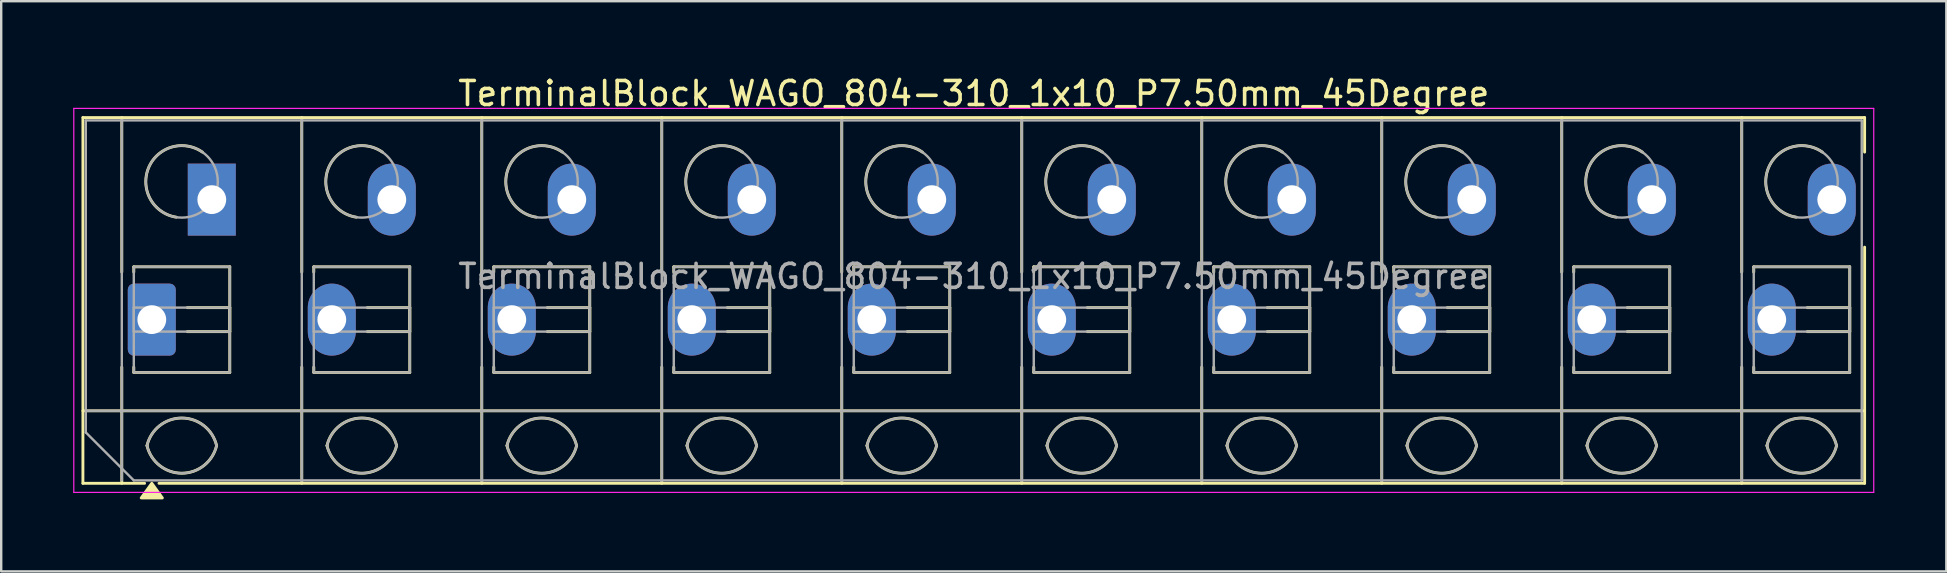
<source format=kicad_pcb>
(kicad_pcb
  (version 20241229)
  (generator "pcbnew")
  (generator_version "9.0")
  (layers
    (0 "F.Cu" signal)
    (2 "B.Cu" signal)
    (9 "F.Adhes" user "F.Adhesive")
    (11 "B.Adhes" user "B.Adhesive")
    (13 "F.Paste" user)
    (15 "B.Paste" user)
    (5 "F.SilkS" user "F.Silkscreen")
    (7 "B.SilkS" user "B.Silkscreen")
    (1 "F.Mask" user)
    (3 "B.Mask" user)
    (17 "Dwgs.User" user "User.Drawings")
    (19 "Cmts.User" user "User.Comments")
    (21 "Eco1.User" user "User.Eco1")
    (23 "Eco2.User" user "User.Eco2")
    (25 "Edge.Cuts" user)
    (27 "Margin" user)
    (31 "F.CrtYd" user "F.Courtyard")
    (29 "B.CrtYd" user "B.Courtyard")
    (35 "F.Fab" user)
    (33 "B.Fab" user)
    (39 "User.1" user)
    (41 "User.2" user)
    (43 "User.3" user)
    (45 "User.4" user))
  (footprint "TerminalBlock_WAGO_804-310_1x10_P7.50mm_45Degree"
    (layer "F.Cu")
    (at 3.275 10.268)
    (property "Reference" "TerminalBlock_WAGO_804-310_1x10_P7.50mm_45Degree" (at 34.25 -9.42 0) (layer "F.SilkS") (effects (font (size 1 1) (thickness 0.15))))
    (attr through_hole)
    (fp_line (start -2.87 -8.42) (end -2.87 6.82) (stroke (width 0.12) (type solid)) (layer "F.SilkS"))
    (fp_line (start -2.87 -8.42) (end 71.37 -8.42) (stroke (width 0.12) (type solid)) (layer "F.SilkS"))
    (fp_line (start -2.87 3.8) (end 71.37 3.8) (stroke (width 0.12) (type solid)) (layer "F.SilkS"))
    (fp_line (start -2.87 6.82) (end -0.3 6.82) (stroke (width 0.12) (type solid)) (layer "F.SilkS"))
    (fp_line (start -1.25 -8.42) (end -1.25 -1.98) (stroke (width 0.12) (type solid)) (layer "F.SilkS"))
    (fp_line (start -1.25 1.98) (end -1.25 6.82) (stroke (width 0.12) (type solid)) (layer "F.SilkS"))
    (fp_line (start -0.75 -2.2) (end -0.75 -1.98) (stroke (width 0.12) (type solid)) (layer "F.SilkS"))
    (fp_line (start -0.75 -2.2) (end 3.25 -2.2) (stroke (width 0.12) (type solid)) (layer "F.SilkS"))
    (fp_line (start -0.75 1.98) (end -0.75 2.2) (stroke (width 0.12) (type solid)) (layer "F.SilkS"))
    (fp_line (start -0.75 2.2) (end 3.25 2.2) (stroke (width 0.12) (type solid)) (layer "F.SilkS"))
    (fp_line (start 0.3 6.82) (end 71.37 6.82) (stroke (width 0.12) (type solid)) (layer "F.SilkS"))
    (fp_line (start 1.48 -0.5) (end 3.25 -0.5) (stroke (width 0.12) (type solid)) (layer "F.SilkS"))
    (fp_line (start 1.48 0.5) (end 3.25 0.5) (stroke (width 0.12) (type solid)) (layer "F.SilkS"))
    (fp_line (start 3.25 -2.2) (end 3.25 2.2) (stroke (width 0.12) (type solid)) (layer "F.SilkS"))
    (fp_line (start 3.25 -0.5) (end 3.25 0.5) (stroke (width 0.12) (type solid)) (layer "F.SilkS"))
    (fp_line (start 6.25 -8.42) (end 6.25 -1.98) (stroke (width 0.12) (type solid)) (layer "F.SilkS"))
    (fp_line (start 6.25 1.98) (end 6.25 6.82) (stroke (width 0.12) (type solid)) (layer "F.SilkS"))
    (fp_line (start 6.75 -2.2) (end 6.75 -1.98) (stroke (width 0.12) (type solid)) (layer "F.SilkS"))
    (fp_line (start 6.75 -2.2) (end 10.75 -2.2) (stroke (width 0.12) (type solid)) (layer "F.SilkS"))
    (fp_line (start 6.75 1.98) (end 6.75 2.2) (stroke (width 0.12) (type solid)) (layer "F.SilkS"))
    (fp_line (start 6.75 2.2) (end 10.75 2.2) (stroke (width 0.12) (type solid)) (layer "F.SilkS"))
    (fp_line (start 8.98 -0.5) (end 10.75 -0.5) (stroke (width 0.12) (type solid)) (layer "F.SilkS"))
    (fp_line (start 8.98 0.5) (end 10.75 0.5) (stroke (width 0.12) (type solid)) (layer "F.SilkS"))
    (fp_line (start 10.75 -2.2) (end 10.75 2.2) (stroke (width 0.12) (type solid)) (layer "F.SilkS"))
    (fp_line (start 10.75 -0.5) (end 10.75 0.5) (stroke (width 0.12) (type solid)) (layer "F.SilkS"))
    (fp_line (start 13.75 -8.42) (end 13.75 -1.98) (stroke (width 0.12) (type solid)) (layer "F.SilkS"))
    (fp_line (start 13.75 1.98) (end 13.75 6.82) (stroke (width 0.12) (type solid)) (layer "F.SilkS"))
    (fp_line (start 14.25 -2.2) (end 14.25 -1.98) (stroke (width 0.12) (type solid)) (layer "F.SilkS"))
    (fp_line (start 14.25 -2.2) (end 18.25 -2.2) (stroke (width 0.12) (type solid)) (layer "F.SilkS"))
    (fp_line (start 14.25 1.98) (end 14.25 2.2) (stroke (width 0.12) (type solid)) (layer "F.SilkS"))
    (fp_line (start 14.25 2.2) (end 18.25 2.2) (stroke (width 0.12) (type solid)) (layer "F.SilkS"))
    (fp_line (start 16.48 -0.5) (end 18.25 -0.5) (stroke (width 0.12) (type solid)) (layer "F.SilkS"))
    (fp_line (start 16.48 0.5) (end 18.25 0.5) (stroke (width 0.12) (type solid)) (layer "F.SilkS"))
    (fp_line (start 18.25 -2.2) (end 18.25 2.2) (stroke (width 0.12) (type solid)) (layer "F.SilkS"))
    (fp_line (start 18.25 -0.5) (end 18.25 0.5) (stroke (width 0.12) (type solid)) (layer "F.SilkS"))
    (fp_line (start 21.25 -8.42) (end 21.25 -1.98) (stroke (width 0.12) (type solid)) (layer "F.SilkS"))
    (fp_line (start 21.25 1.98) (end 21.25 6.82) (stroke (width 0.12) (type solid)) (layer "F.SilkS"))
    (fp_line (start 21.75 -2.2) (end 21.75 -1.98) (stroke (width 0.12) (type solid)) (layer "F.SilkS"))
    (fp_line (start 21.75 -2.2) (end 25.75 -2.2) (stroke (width 0.12) (type solid)) (layer "F.SilkS"))
    (fp_line (start 21.75 1.98) (end 21.75 2.2) (stroke (width 0.12) (type solid)) (layer "F.SilkS"))
    (fp_line (start 21.75 2.2) (end 25.75 2.2) (stroke (width 0.12) (type solid)) (layer "F.SilkS"))
    (fp_line (start 23.98 -0.5) (end 25.75 -0.5) (stroke (width 0.12) (type solid)) (layer "F.SilkS"))
    (fp_line (start 23.98 0.5) (end 25.75 0.5) (stroke (width 0.12) (type solid)) (layer "F.SilkS"))
    (fp_line (start 25.75 -2.2) (end 25.75 2.2) (stroke (width 0.12) (type solid)) (layer "F.SilkS"))
    (fp_line (start 25.75 -0.5) (end 25.75 0.5) (stroke (width 0.12) (type solid)) (layer "F.SilkS"))
    (fp_line (start 28.75 -8.42) (end 28.75 -1.98) (stroke (width 0.12) (type solid)) (layer "F.SilkS"))
    (fp_line (start 28.75 1.98) (end 28.75 6.82) (stroke (width 0.12) (type solid)) (layer "F.SilkS"))
    (fp_line (start 29.25 -2.2) (end 29.25 -1.98) (stroke (width 0.12) (type solid)) (layer "F.SilkS"))
    (fp_line (start 29.25 -2.2) (end 33.25 -2.2) (stroke (width 0.12) (type solid)) (layer "F.SilkS"))
    (fp_line (start 29.25 1.98) (end 29.25 2.2) (stroke (width 0.12) (type solid)) (layer "F.SilkS"))
    (fp_line (start 29.25 2.2) (end 33.25 2.2) (stroke (width 0.12) (type solid)) (layer "F.SilkS"))
    (fp_line (start 31.48 -0.5) (end 33.25 -0.5) (stroke (width 0.12) (type solid)) (layer "F.SilkS"))
    (fp_line (start 31.48 0.5) (end 33.25 0.5) (stroke (width 0.12) (type solid)) (layer "F.SilkS"))
    (fp_line (start 33.25 -2.2) (end 33.25 2.2) (stroke (width 0.12) (type solid)) (layer "F.SilkS"))
    (fp_line (start 33.25 -0.5) (end 33.25 0.5) (stroke (width 0.12) (type solid)) (layer "F.SilkS"))
    (fp_line (start 36.25 -8.42) (end 36.25 -1.98) (stroke (width 0.12) (type solid)) (layer "F.SilkS"))
    (fp_line (start 36.25 1.98) (end 36.25 6.82) (stroke (width 0.12) (type solid)) (layer "F.SilkS"))
    (fp_line (start 36.75 -2.2) (end 36.75 -1.98) (stroke (width 0.12) (type solid)) (layer "F.SilkS"))
    (fp_line (start 36.75 -2.2) (end 40.75 -2.2) (stroke (width 0.12) (type solid)) (layer "F.SilkS"))
    (fp_line (start 36.75 1.98) (end 36.75 2.2) (stroke (width 0.12) (type solid)) (layer "F.SilkS"))
    (fp_line (start 36.75 2.2) (end 40.75 2.2) (stroke (width 0.12) (type solid)) (layer "F.SilkS"))
    (fp_line (start 38.98 -0.5) (end 40.75 -0.5) (stroke (width 0.12) (type solid)) (layer "F.SilkS"))
    (fp_line (start 38.98 0.5) (end 40.75 0.5) (stroke (width 0.12) (type solid)) (layer "F.SilkS"))
    (fp_line (start 40.75 -2.2) (end 40.75 2.2) (stroke (width 0.12) (type solid)) (layer "F.SilkS"))
    (fp_line (start 40.75 -0.5) (end 40.75 0.5) (stroke (width 0.12) (type solid)) (layer "F.SilkS"))
    (fp_line (start 43.75 -8.42) (end 43.75 -1.98) (stroke (width 0.12) (type solid)) (layer "F.SilkS"))
    (fp_line (start 43.75 1.98) (end 43.75 6.82) (stroke (width 0.12) (type solid)) (layer "F.SilkS"))
    (fp_line (start 44.25 -2.2) (end 44.25 -1.98) (stroke (width 0.12) (type solid)) (layer "F.SilkS"))
    (fp_line (start 44.25 -2.2) (end 48.25 -2.2) (stroke (width 0.12) (type solid)) (layer "F.SilkS"))
    (fp_line (start 44.25 1.98) (end 44.25 2.2) (stroke (width 0.12) (type solid)) (layer "F.SilkS"))
    (fp_line (start 44.25 2.2) (end 48.25 2.2) (stroke (width 0.12) (type solid)) (layer "F.SilkS"))
    (fp_line (start 46.48 -0.5) (end 48.25 -0.5) (stroke (width 0.12) (type solid)) (layer "F.SilkS"))
    (fp_line (start 46.48 0.5) (end 48.25 0.5) (stroke (width 0.12) (type solid)) (layer "F.SilkS"))
    (fp_line (start 48.25 -2.2) (end 48.25 2.2) (stroke (width 0.12) (type solid)) (layer "F.SilkS"))
    (fp_line (start 48.25 -0.5) (end 48.25 0.5) (stroke (width 0.12) (type solid)) (layer "F.SilkS"))
    (fp_line (start 51.25 -8.42) (end 51.25 -1.98) (stroke (width 0.12) (type solid)) (layer "F.SilkS"))
    (fp_line (start 51.25 1.98) (end 51.25 6.82) (stroke (width 0.12) (type solid)) (layer "F.SilkS"))
    (fp_line (start 51.75 -2.2) (end 51.75 -1.98) (stroke (width 0.12) (type solid)) (layer "F.SilkS"))
    (fp_line (start 51.75 -2.2) (end 55.75 -2.2) (stroke (width 0.12) (type solid)) (layer "F.SilkS"))
    (fp_line (start 51.75 1.98) (end 51.75 2.2) (stroke (width 0.12) (type solid)) (layer "F.SilkS"))
    (fp_line (start 51.75 2.2) (end 55.75 2.2) (stroke (width 0.12) (type solid)) (layer "F.SilkS"))
    (fp_line (start 53.98 -0.5) (end 55.75 -0.5) (stroke (width 0.12) (type solid)) (layer "F.SilkS"))
    (fp_line (start 53.98 0.5) (end 55.75 0.5) (stroke (width 0.12) (type solid)) (layer "F.SilkS"))
    (fp_line (start 55.75 -2.2) (end 55.75 2.2) (stroke (width 0.12) (type solid)) (layer "F.SilkS"))
    (fp_line (start 55.75 -0.5) (end 55.75 0.5) (stroke (width 0.12) (type solid)) (layer "F.SilkS"))
    (fp_line (start 58.75 -8.42) (end 58.75 -1.98) (stroke (width 0.12) (type solid)) (layer "F.SilkS"))
    (fp_line (start 58.75 1.98) (end 58.75 6.82) (stroke (width 0.12) (type solid)) (layer "F.SilkS"))
    (fp_line (start 59.25 -2.2) (end 59.25 -1.98) (stroke (width 0.12) (type solid)) (layer "F.SilkS"))
    (fp_line (start 59.25 -2.2) (end 63.25 -2.2) (stroke (width 0.12) (type solid)) (layer "F.SilkS"))
    (fp_line (start 59.25 1.98) (end 59.25 2.2) (stroke (width 0.12) (type solid)) (layer "F.SilkS"))
    (fp_line (start 59.25 2.2) (end 63.25 2.2) (stroke (width 0.12) (type solid)) (layer "F.SilkS"))
    (fp_line (start 61.48 -0.5) (end 63.25 -0.5) (stroke (width 0.12) (type solid)) (layer "F.SilkS"))
    (fp_line (start 61.48 0.5) (end 63.25 0.5) (stroke (width 0.12) (type solid)) (layer "F.SilkS"))
    (fp_line (start 63.25 -2.2) (end 63.25 2.2) (stroke (width 0.12) (type solid)) (layer "F.SilkS"))
    (fp_line (start 63.25 -0.5) (end 63.25 0.5) (stroke (width 0.12) (type solid)) (layer "F.SilkS"))
    (fp_line (start 66.25 -8.42) (end 66.25 -1.98) (stroke (width 0.12) (type solid)) (layer "F.SilkS"))
    (fp_line (start 66.25 1.98) (end 66.25 6.82) (stroke (width 0.12) (type solid)) (layer "F.SilkS"))
    (fp_line (start 66.75 -2.2) (end 66.75 -1.98) (stroke (width 0.12) (type solid)) (layer "F.SilkS"))
    (fp_line (start 66.75 -2.2) (end 70.75 -2.2) (stroke (width 0.12) (type solid)) (layer "F.SilkS"))
    (fp_line (start 66.75 1.98) (end 66.75 2.2) (stroke (width 0.12) (type solid)) (layer "F.SilkS"))
    (fp_line (start 66.75 2.2) (end 70.75 2.2) (stroke (width 0.12) (type solid)) (layer "F.SilkS"))
    (fp_line (start 68.98 -0.5) (end 70.75 -0.5) (stroke (width 0.12) (type solid)) (layer "F.SilkS"))
    (fp_line (start 68.98 0.5) (end 70.75 0.5) (stroke (width 0.12) (type solid)) (layer "F.SilkS"))
    (fp_line (start 70.75 -2.2) (end 70.75 2.2) (stroke (width 0.12) (type solid)) (layer "F.SilkS"))
    (fp_line (start 70.75 -0.5) (end 70.75 0.5) (stroke (width 0.12) (type solid)) (layer "F.SilkS"))
    (fp_line (start 71.37 -8.42) (end 71.37 -6.98) (stroke (width 0.12) (type solid)) (layer "F.SilkS"))
    (fp_line (start 71.37 -3.02) (end 71.37 6.82) (stroke (width 0.12) (type solid)) (layer "F.SilkS"))
    (fp_arc (start -0.2 5.25) (mid 1.25 4.1) (end 2.7 5.25) (stroke (width 0.12) (type solid)) (layer "F.SilkS"))
    (fp_arc (start 1.02 -4.268) (mid -0.141916 -6.309209) (end 2.109 -6.98) (stroke (width 0.12) (type solid)) (layer "F.SilkS"))
    (fp_arc (start 2.7 5.25) (mid 1.25 6.4) (end -0.2 5.25) (stroke (width 0.12) (type solid)) (layer "F.SilkS"))
    (fp_arc (start 7.3 5.25) (mid 8.75 4.1) (end 10.2 5.25) (stroke (width 0.12) (type solid)) (layer "F.SilkS"))
    (fp_arc (start 8.52 -4.268) (mid 7.358084 -6.309209) (end 9.609 -6.98) (stroke (width 0.12) (type solid)) (layer "F.SilkS"))
    (fp_arc (start 10.2 5.25) (mid 8.75 6.4) (end 7.3 5.25) (stroke (width 0.12) (type solid)) (layer "F.SilkS"))
    (fp_arc (start 14.8 5.25) (mid 16.25 4.1) (end 17.7 5.25) (stroke (width 0.12) (type solid)) (layer "F.SilkS"))
    (fp_arc (start 16.02 -4.268) (mid 14.858084 -6.309209) (end 17.109 -6.98) (stroke (width 0.12) (type solid)) (layer "F.SilkS"))
    (fp_arc (start 17.7 5.25) (mid 16.25 6.4) (end 14.8 5.25) (stroke (width 0.12) (type solid)) (layer "F.SilkS"))
    (fp_arc (start 22.3 5.25) (mid 23.75 4.1) (end 25.2 5.25) (stroke (width 0.12) (type solid)) (layer "F.SilkS"))
    (fp_arc (start 23.52 -4.268) (mid 22.358084 -6.309209) (end 24.609 -6.98) (stroke (width 0.12) (type solid)) (layer "F.SilkS"))
    (fp_arc (start 25.2 5.25) (mid 23.75 6.4) (end 22.3 5.25) (stroke (width 0.12) (type solid)) (layer "F.SilkS"))
    (fp_arc (start 29.8 5.25) (mid 31.25 4.1) (end 32.7 5.25) (stroke (width 0.12) (type solid)) (layer "F.SilkS"))
    (fp_arc (start 31.02 -4.268) (mid 29.858084 -6.309209) (end 32.109 -6.98) (stroke (width 0.12) (type solid)) (layer "F.SilkS"))
    (fp_arc (start 32.7 5.25) (mid 31.25 6.4) (end 29.8 5.25) (stroke (width 0.12) (type solid)) (layer "F.SilkS"))
    (fp_arc (start 37.3 5.25) (mid 38.75 4.1) (end 40.2 5.25) (stroke (width 0.12) (type solid)) (layer "F.SilkS"))
    (fp_arc (start 38.52 -4.268) (mid 37.358084 -6.309209) (end 39.609 -6.98) (stroke (width 0.12) (type solid)) (layer "F.SilkS"))
    (fp_arc (start 40.2 5.25) (mid 38.75 6.4) (end 37.3 5.25) (stroke (width 0.12) (type solid)) (layer "F.SilkS"))
    (fp_arc (start 44.8 5.25) (mid 46.25 4.1) (end 47.7 5.25) (stroke (width 0.12) (type solid)) (layer "F.SilkS"))
    (fp_arc (start 46.02 -4.268) (mid 44.858084 -6.309209) (end 47.109 -6.98) (stroke (width 0.12) (type solid)) (layer "F.SilkS"))
    (fp_arc (start 47.7 5.25) (mid 46.25 6.4) (end 44.8 5.25) (stroke (width 0.12) (type solid)) (layer "F.SilkS"))
    (fp_arc (start 52.3 5.25) (mid 53.75 4.1) (end 55.2 5.25) (stroke (width 0.12) (type solid)) (layer "F.SilkS"))
    (fp_arc (start 53.52 -4.268) (mid 52.358084 -6.309209) (end 54.609 -6.98) (stroke (width 0.12) (type solid)) (layer "F.SilkS"))
    (fp_arc (start 55.2 5.25) (mid 53.75 6.4) (end 52.3 5.25) (stroke (width 0.12) (type solid)) (layer "F.SilkS"))
    (fp_arc (start 59.8 5.25) (mid 61.25 4.1) (end 62.7 5.25) (stroke (width 0.12) (type solid)) (layer "F.SilkS"))
    (fp_arc (start 61.02 -4.268) (mid 59.858084 -6.309209) (end 62.109 -6.98) (stroke (width 0.12) (type solid)) (layer "F.SilkS"))
    (fp_arc (start 62.7 5.25) (mid 61.25 6.4) (end 59.8 5.25) (stroke (width 0.12) (type solid)) (layer "F.SilkS"))
    (fp_arc (start 67.3 5.25) (mid 68.75 4.1) (end 70.2 5.25) (stroke (width 0.12) (type solid)) (layer "F.SilkS"))
    (fp_arc (start 68.52 -4.268) (mid 67.358084 -6.309209) (end 69.609 -6.98) (stroke (width 0.12) (type solid)) (layer "F.SilkS"))
    (fp_arc (start 70.2 5.25) (mid 68.75 6.4) (end 67.3 5.25) (stroke (width 0.12) (type solid)) (layer "F.SilkS"))
    (fp_poly (pts (xy 0 6.82) (xy 0.44 7.43) (xy -0.44 7.43)) (stroke (width 0.12) (type solid)) (fill yes) (layer "F.SilkS"))
    (fp_line (start -3.25 -8.8) (end -3.25 7.2) (stroke (width 0.05) (type solid)) (layer "F.CrtYd"))
    (fp_line (start -3.25 7.2) (end 71.75 7.2) (stroke (width 0.05) (type solid)) (layer "F.CrtYd"))
    (fp_line (start 71.75 -8.8) (end -3.25 -8.8) (stroke (width 0.05) (type solid)) (layer "F.CrtYd"))
    (fp_line (start 71.75 7.2) (end 71.75 -8.8) (stroke (width 0.05) (type solid)) (layer "F.CrtYd"))
    (fp_line (start -2.75 -8.3) (end 71.25 -8.3) (stroke (width 0.1) (type solid)) (layer "F.Fab"))
    (fp_line (start -2.75 3.8) (end 71.25 3.8) (stroke (width 0.1) (type solid)) (layer "F.Fab"))
    (fp_line (start -2.75 4.7) (end -2.75 -8.3) (stroke (width 0.1) (type solid)) (layer "F.Fab"))
    (fp_line (start -1.25 -8.3) (end -1.25 6.7) (stroke (width 0.1) (type solid)) (layer "F.Fab"))
    (fp_line (start -0.75 -2.2) (end -0.75 2.2) (stroke (width 0.1) (type solid)) (layer "F.Fab"))
    (fp_line (start -0.75 -0.5) (end -0.75 0.5) (stroke (width 0.1) (type solid)) (layer "F.Fab"))
    (fp_line (start -0.75 0.5) (end 3.25 0.5) (stroke (width 0.1) (type solid)) (layer "F.Fab"))
    (fp_line (start -0.75 2.2) (end 3.25 2.2) (stroke (width 0.1) (type solid)) (layer "F.Fab"))
    (fp_line (start -0.75 6.7) (end -2.75 4.7) (stroke (width 0.1) (type solid)) (layer "F.Fab"))
    (fp_line (start 3.25 -2.2) (end -0.75 -2.2) (stroke (width 0.1) (type solid)) (layer "F.Fab"))
    (fp_line (start 3.25 -0.5) (end -0.75 -0.5) (stroke (width 0.1) (type solid)) (layer "F.Fab"))
    (fp_line (start 3.25 0.5) (end 3.25 -0.5) (stroke (width 0.1) (type solid)) (layer "F.Fab"))
    (fp_line (start 3.25 2.2) (end 3.25 -2.2) (stroke (width 0.1) (type solid)) (layer "F.Fab"))
    (fp_line (start 6.25 -8.3) (end 6.25 6.7) (stroke (width 0.1) (type solid)) (layer "F.Fab"))
    (fp_line (start 6.75 -2.2) (end 6.75 2.2) (stroke (width 0.1) (type solid)) (layer "F.Fab"))
    (fp_line (start 6.75 -0.5) (end 6.75 0.5) (stroke (width 0.1) (type solid)) (layer "F.Fab"))
    (fp_line (start 6.75 0.5) (end 10.75 0.5) (stroke (width 0.1) (type solid)) (layer "F.Fab"))
    (fp_line (start 6.75 2.2) (end 10.75 2.2) (stroke (width 0.1) (type solid)) (layer "F.Fab"))
    (fp_line (start 10.75 -2.2) (end 6.75 -2.2) (stroke (width 0.1) (type solid)) (layer "F.Fab"))
    (fp_line (start 10.75 -0.5) (end 6.75 -0.5) (stroke (width 0.1) (type solid)) (layer "F.Fab"))
    (fp_line (start 10.75 0.5) (end 10.75 -0.5) (stroke (width 0.1) (type solid)) (layer "F.Fab"))
    (fp_line (start 10.75 2.2) (end 10.75 -2.2) (stroke (width 0.1) (type solid)) (layer "F.Fab"))
    (fp_line (start 13.75 -8.3) (end 13.75 6.7) (stroke (width 0.1) (type solid)) (layer "F.Fab"))
    (fp_line (start 14.25 -2.2) (end 14.25 2.2) (stroke (width 0.1) (type solid)) (layer "F.Fab"))
    (fp_line (start 14.25 -0.5) (end 14.25 0.5) (stroke (width 0.1) (type solid)) (layer "F.Fab"))
    (fp_line (start 14.25 0.5) (end 18.25 0.5) (stroke (width 0.1) (type solid)) (layer "F.Fab"))
    (fp_line (start 14.25 2.2) (end 18.25 2.2) (stroke (width 0.1) (type solid)) (layer "F.Fab"))
    (fp_line (start 18.25 -2.2) (end 14.25 -2.2) (stroke (width 0.1) (type solid)) (layer "F.Fab"))
    (fp_line (start 18.25 -0.5) (end 14.25 -0.5) (stroke (width 0.1) (type solid)) (layer "F.Fab"))
    (fp_line (start 18.25 0.5) (end 18.25 -0.5) (stroke (width 0.1) (type solid)) (layer "F.Fab"))
    (fp_line (start 18.25 2.2) (end 18.25 -2.2) (stroke (width 0.1) (type solid)) (layer "F.Fab"))
    (fp_line (start 21.25 -8.3) (end 21.25 6.7) (stroke (width 0.1) (type solid)) (layer "F.Fab"))
    (fp_line (start 21.75 -2.2) (end 21.75 2.2) (stroke (width 0.1) (type solid)) (layer "F.Fab"))
    (fp_line (start 21.75 -0.5) (end 21.75 0.5) (stroke (width 0.1) (type solid)) (layer "F.Fab"))
    (fp_line (start 21.75 0.5) (end 25.75 0.5) (stroke (width 0.1) (type solid)) (layer "F.Fab"))
    (fp_line (start 21.75 2.2) (end 25.75 2.2) (stroke (width 0.1) (type solid)) (layer "F.Fab"))
    (fp_line (start 25.75 -2.2) (end 21.75 -2.2) (stroke (width 0.1) (type solid)) (layer "F.Fab"))
    (fp_line (start 25.75 -0.5) (end 21.75 -0.5) (stroke (width 0.1) (type solid)) (layer "F.Fab"))
    (fp_line (start 25.75 0.5) (end 25.75 -0.5) (stroke (width 0.1) (type solid)) (layer "F.Fab"))
    (fp_line (start 25.75 2.2) (end 25.75 -2.2) (stroke (width 0.1) (type solid)) (layer "F.Fab"))
    (fp_line (start 28.75 -8.3) (end 28.75 6.7) (stroke (width 0.1) (type solid)) (layer "F.Fab"))
    (fp_line (start 29.25 -2.2) (end 29.25 2.2) (stroke (width 0.1) (type solid)) (layer "F.Fab"))
    (fp_line (start 29.25 -0.5) (end 29.25 0.5) (stroke (width 0.1) (type solid)) (layer "F.Fab"))
    (fp_line (start 29.25 0.5) (end 33.25 0.5) (stroke (width 0.1) (type solid)) (layer "F.Fab"))
    (fp_line (start 29.25 2.2) (end 33.25 2.2) (stroke (width 0.1) (type solid)) (layer "F.Fab"))
    (fp_line (start 33.25 -2.2) (end 29.25 -2.2) (stroke (width 0.1) (type solid)) (layer "F.Fab"))
    (fp_line (start 33.25 -0.5) (end 29.25 -0.5) (stroke (width 0.1) (type solid)) (layer "F.Fab"))
    (fp_line (start 33.25 0.5) (end 33.25 -0.5) (stroke (width 0.1) (type solid)) (layer "F.Fab"))
    (fp_line (start 33.25 2.2) (end 33.25 -2.2) (stroke (width 0.1) (type solid)) (layer "F.Fab"))
    (fp_line (start 36.25 -8.3) (end 36.25 6.7) (stroke (width 0.1) (type solid)) (layer "F.Fab"))
    (fp_line (start 36.75 -2.2) (end 36.75 2.2) (stroke (width 0.1) (type solid)) (layer "F.Fab"))
    (fp_line (start 36.75 -0.5) (end 36.75 0.5) (stroke (width 0.1) (type solid)) (layer "F.Fab"))
    (fp_line (start 36.75 0.5) (end 40.75 0.5) (stroke (width 0.1) (type solid)) (layer "F.Fab"))
    (fp_line (start 36.75 2.2) (end 40.75 2.2) (stroke (width 0.1) (type solid)) (layer "F.Fab"))
    (fp_line (start 40.75 -2.2) (end 36.75 -2.2) (stroke (width 0.1) (type solid)) (layer "F.Fab"))
    (fp_line (start 40.75 -0.5) (end 36.75 -0.5) (stroke (width 0.1) (type solid)) (layer "F.Fab"))
    (fp_line (start 40.75 0.5) (end 40.75 -0.5) (stroke (width 0.1) (type solid)) (layer "F.Fab"))
    (fp_line (start 40.75 2.2) (end 40.75 -2.2) (stroke (width 0.1) (type solid)) (layer "F.Fab"))
    (fp_line (start 43.75 -8.3) (end 43.75 6.7) (stroke (width 0.1) (type solid)) (layer "F.Fab"))
    (fp_line (start 44.25 -2.2) (end 44.25 2.2) (stroke (width 0.1) (type solid)) (layer "F.Fab"))
    (fp_line (start 44.25 -0.5) (end 44.25 0.5) (stroke (width 0.1) (type solid)) (layer "F.Fab"))
    (fp_line (start 44.25 0.5) (end 48.25 0.5) (stroke (width 0.1) (type solid)) (layer "F.Fab"))
    (fp_line (start 44.25 2.2) (end 48.25 2.2) (stroke (width 0.1) (type solid)) (layer "F.Fab"))
    (fp_line (start 48.25 -2.2) (end 44.25 -2.2) (stroke (width 0.1) (type solid)) (layer "F.Fab"))
    (fp_line (start 48.25 -0.5) (end 44.25 -0.5) (stroke (width 0.1) (type solid)) (layer "F.Fab"))
    (fp_line (start 48.25 0.5) (end 48.25 -0.5) (stroke (width 0.1) (type solid)) (layer "F.Fab"))
    (fp_line (start 48.25 2.2) (end 48.25 -2.2) (stroke (width 0.1) (type solid)) (layer "F.Fab"))
    (fp_line (start 51.25 -8.3) (end 51.25 6.7) (stroke (width 0.1) (type solid)) (layer "F.Fab"))
    (fp_line (start 51.75 -2.2) (end 51.75 2.2) (stroke (width 0.1) (type solid)) (layer "F.Fab"))
    (fp_line (start 51.75 -0.5) (end 51.75 0.5) (stroke (width 0.1) (type solid)) (layer "F.Fab"))
    (fp_line (start 51.75 0.5) (end 55.75 0.5) (stroke (width 0.1) (type solid)) (layer "F.Fab"))
    (fp_line (start 51.75 2.2) (end 55.75 2.2) (stroke (width 0.1) (type solid)) (layer "F.Fab"))
    (fp_line (start 55.75 -2.2) (end 51.75 -2.2) (stroke (width 0.1) (type solid)) (layer "F.Fab"))
    (fp_line (start 55.75 -0.5) (end 51.75 -0.5) (stroke (width 0.1) (type solid)) (layer "F.Fab"))
    (fp_line (start 55.75 0.5) (end 55.75 -0.5) (stroke (width 0.1) (type solid)) (layer "F.Fab"))
    (fp_line (start 55.75 2.2) (end 55.75 -2.2) (stroke (width 0.1) (type solid)) (layer "F.Fab"))
    (fp_line (start 58.75 -8.3) (end 58.75 6.7) (stroke (width 0.1) (type solid)) (layer "F.Fab"))
    (fp_line (start 59.25 -2.2) (end 59.25 2.2) (stroke (width 0.1) (type solid)) (layer "F.Fab"))
    (fp_line (start 59.25 -0.5) (end 59.25 0.5) (stroke (width 0.1) (type solid)) (layer "F.Fab"))
    (fp_line (start 59.25 0.5) (end 63.25 0.5) (stroke (width 0.1) (type solid)) (layer "F.Fab"))
    (fp_line (start 59.25 2.2) (end 63.25 2.2) (stroke (width 0.1) (type solid)) (layer "F.Fab"))
    (fp_line (start 63.25 -2.2) (end 59.25 -2.2) (stroke (width 0.1) (type solid)) (layer "F.Fab"))
    (fp_line (start 63.25 -0.5) (end 59.25 -0.5) (stroke (width 0.1) (type solid)) (layer "F.Fab"))
    (fp_line (start 63.25 0.5) (end 63.25 -0.5) (stroke (width 0.1) (type solid)) (layer "F.Fab"))
    (fp_line (start 63.25 2.2) (end 63.25 -2.2) (stroke (width 0.1) (type solid)) (layer "F.Fab"))
    (fp_line (start 66.25 -8.3) (end 66.25 6.7) (stroke (width 0.1) (type solid)) (layer "F.Fab"))
    (fp_line (start 66.75 -2.2) (end 66.75 2.2) (stroke (width 0.1) (type solid)) (layer "F.Fab"))
    (fp_line (start 66.75 -0.5) (end 66.75 0.5) (stroke (width 0.1) (type solid)) (layer "F.Fab"))
    (fp_line (start 66.75 0.5) (end 70.75 0.5) (stroke (width 0.1) (type solid)) (layer "F.Fab"))
    (fp_line (start 66.75 2.2) (end 70.75 2.2) (stroke (width 0.1) (type solid)) (layer "F.Fab"))
    (fp_line (start 70.75 -2.2) (end 66.75 -2.2) (stroke (width 0.1) (type solid)) (layer "F.Fab"))
    (fp_line (start 70.75 -0.5) (end 66.75 -0.5) (stroke (width 0.1) (type solid)) (layer "F.Fab"))
    (fp_line (start 70.75 0.5) (end 70.75 -0.5) (stroke (width 0.1) (type solid)) (layer "F.Fab"))
    (fp_line (start 70.75 2.2) (end 70.75 -2.2) (stroke (width 0.1) (type solid)) (layer "F.Fab"))
    (fp_line (start 71.25 -8.3) (end 71.25 6.7) (stroke (width 0.1) (type solid)) (layer "F.Fab"))
    (fp_line (start 71.25 6.7) (end -0.75 6.7) (stroke (width 0.1) (type solid)) (layer "F.Fab"))
    (fp_arc (start -0.2 5.25) (mid 1.25 4.1) (end 2.7 5.25) (stroke (width 0.1) (type solid)) (layer "F.Fab"))
    (fp_arc (start 2.7 5.25) (mid 1.25 6.4) (end -0.2 5.25) (stroke (width 0.1) (type solid)) (layer "F.Fab"))
    (fp_arc (start 7.3 5.25) (mid 8.75 4.1) (end 10.2 5.25) (stroke (width 0.1) (type solid)) (layer "F.Fab"))
    (fp_arc (start 10.2 5.25) (mid 8.75 6.4) (end 7.3 5.25) (stroke (width 0.1) (type solid)) (layer "F.Fab"))
    (fp_arc (start 14.8 5.25) (mid 16.25 4.1) (end 17.7 5.25) (stroke (width 0.1) (type solid)) (layer "F.Fab"))
    (fp_arc (start 17.7 5.25) (mid 16.25 6.4) (end 14.8 5.25) (stroke (width 0.1) (type solid)) (layer "F.Fab"))
    (fp_arc (start 22.3 5.25) (mid 23.75 4.1) (end 25.2 5.25) (stroke (width 0.1) (type solid)) (layer "F.Fab"))
    (fp_arc (start 25.2 5.25) (mid 23.75 6.4) (end 22.3 5.25) (stroke (width 0.1) (type solid)) (layer "F.Fab"))
    (fp_arc (start 29.8 5.25) (mid 31.25 4.1) (end 32.7 5.25) (stroke (width 0.1) (type solid)) (layer "F.Fab"))
    (fp_arc (start 32.7 5.25) (mid 31.25 6.4) (end 29.8 5.25) (stroke (width 0.1) (type solid)) (layer "F.Fab"))
    (fp_arc (start 37.3 5.25) (mid 38.75 4.1) (end 40.2 5.25) (stroke (width 0.1) (type solid)) (layer "F.Fab"))
    (fp_arc (start 40.2 5.25) (mid 38.75 6.4) (end 37.3 5.25) (stroke (width 0.1) (type solid)) (layer "F.Fab"))
    (fp_arc (start 44.8 5.25) (mid 46.25 4.1) (end 47.7 5.25) (stroke (width 0.1) (type solid)) (layer "F.Fab"))
    (fp_arc (start 47.7 5.25) (mid 46.25 6.4) (end 44.8 5.25) (stroke (width 0.1) (type solid)) (layer "F.Fab"))
    (fp_arc (start 52.3 5.25) (mid 53.75 4.1) (end 55.2 5.25) (stroke (width 0.1) (type solid)) (layer "F.Fab"))
    (fp_arc (start 55.2 5.25) (mid 53.75 6.4) (end 52.3 5.25) (stroke (width 0.1) (type solid)) (layer "F.Fab"))
    (fp_arc (start 59.8 5.25) (mid 61.25 4.1) (end 62.7 5.25) (stroke (width 0.1) (type solid)) (layer "F.Fab"))
    (fp_arc (start 62.7 5.25) (mid 61.25 6.4) (end 59.8 5.25) (stroke (width 0.1) (type solid)) (layer "F.Fab"))
    (fp_arc (start 67.3 5.25) (mid 68.75 4.1) (end 70.2 5.25) (stroke (width 0.1) (type solid)) (layer "F.Fab"))
    (fp_arc (start 70.2 5.25) (mid 68.75 6.4) (end 67.3 5.25) (stroke (width 0.1) (type solid)) (layer "F.Fab"))
    (fp_circle (center 1.25 -5.75) (end 2.75 -5.75) (stroke (width 0.1) (type solid)) (fill no) (layer "F.Fab"))
    (fp_circle (center 8.75 -5.75) (end 10.25 -5.75) (stroke (width 0.1) (type solid)) (fill no) (layer "F.Fab"))
    (fp_circle (center 16.25 -5.75) (end 17.75 -5.75) (stroke (width 0.1) (type solid)) (fill no) (layer "F.Fab"))
    (fp_circle (center 23.75 -5.75) (end 25.25 -5.75) (stroke (width 0.1) (type solid)) (fill no) (layer "F.Fab"))
    (fp_circle (center 31.25 -5.75) (end 32.75 -5.75) (stroke (width 0.1) (type solid)) (fill no) (layer "F.Fab"))
    (fp_circle (center 38.75 -5.75) (end 40.25 -5.75) (stroke (width 0.1) (type solid)) (fill no) (layer "F.Fab"))
    (fp_circle (center 46.25 -5.75) (end 47.75 -5.75) (stroke (width 0.1) (type solid)) (fill no) (layer "F.Fab"))
    (fp_circle (center 53.75 -5.75) (end 55.25 -5.75) (stroke (width 0.1) (type solid)) (fill no) (layer "F.Fab"))
    (fp_circle (center 61.25 -5.75) (end 62.75 -5.75) (stroke (width 0.1) (type solid)) (fill no) (layer "F.Fab"))
    (fp_circle (center 68.75 -5.75) (end 70.25 -5.75) (stroke (width 0.1) (type solid)) (fill no) (layer "F.Fab"))
    (fp_text user "${REFERENCE}" (at 34.25 -1.8 0) (layer "F.Fab") (effects (font (size 1 1) (thickness 0.15))))
    (pad "1" thru_hole roundrect (at 0 0) (size 2 3) (drill 1.2) (layers "*.Cu" "*.Mask") (roundrect_rratio 0.125))
    (pad "1" thru_hole rect (at 2.5 -5) (size 2 3) (drill 1.2) (layers "*.Cu" "*.Mask"))
    (pad "2" thru_hole oval (at 7.5 0) (size 2 3) (drill 1.2) (layers "*.Cu" "*.Mask"))
    (pad "2" thru_hole oval (at 10 -5) (size 2 3) (drill 1.2) (layers "*.Cu" "*.Mask"))
    (pad "3" thru_hole oval (at 15 0) (size 2 3) (drill 1.2) (layers "*.Cu" "*.Mask"))
    (pad "3" thru_hole oval (at 17.5 -5) (size 2 3) (drill 1.2) (layers "*.Cu" "*.Mask"))
    (pad "4" thru_hole oval (at 22.5 0) (size 2 3) (drill 1.2) (layers "*.Cu" "*.Mask"))
    (pad "4" thru_hole oval (at 25 -5) (size 2 3) (drill 1.2) (layers "*.Cu" "*.Mask"))
    (pad "5" thru_hole oval (at 30 0) (size 2 3) (drill 1.2) (layers "*.Cu" "*.Mask"))
    (pad "5" thru_hole oval (at 32.5 -5) (size 2 3) (drill 1.2) (layers "*.Cu" "*.Mask"))
    (pad "6" thru_hole oval (at 37.5 0) (size 2 3) (drill 1.2) (layers "*.Cu" "*.Mask"))
    (pad "6" thru_hole oval (at 40 -5) (size 2 3) (drill 1.2) (layers "*.Cu" "*.Mask"))
    (pad "7" thru_hole oval (at 45 0) (size 2 3) (drill 1.2) (layers "*.Cu" "*.Mask"))
    (pad "7" thru_hole oval (at 47.5 -5) (size 2 3) (drill 1.2) (layers "*.Cu" "*.Mask"))
    (pad "8" thru_hole oval (at 52.5 0) (size 2 3) (drill 1.2) (layers "*.Cu" "*.Mask"))
    (pad "8" thru_hole oval (at 55 -5) (size 2 3) (drill 1.2) (layers "*.Cu" "*.Mask"))
    (pad "9" thru_hole oval (at 60 0) (size 2 3) (drill 1.2) (layers "*.Cu" "*.Mask"))
    (pad "9" thru_hole oval (at 62.5 -5) (size 2 3) (drill 1.2) (layers "*.Cu" "*.Mask"))
    (pad "10" thru_hole oval (at 67.5 0) (size 2 3) (drill 1.2) (layers "*.Cu" "*.Mask"))
    (pad "10" thru_hole oval (at 70 -5) (size 2 3) (drill 1.2) (layers "*.Cu" "*.Mask")))
  (gr_rect
    (start -3 -3)
    (end 78.05 20.758)
    (stroke (width 0.1) (type default))
    (fill no)
    (layer "Edge.Cuts")))
</source>
